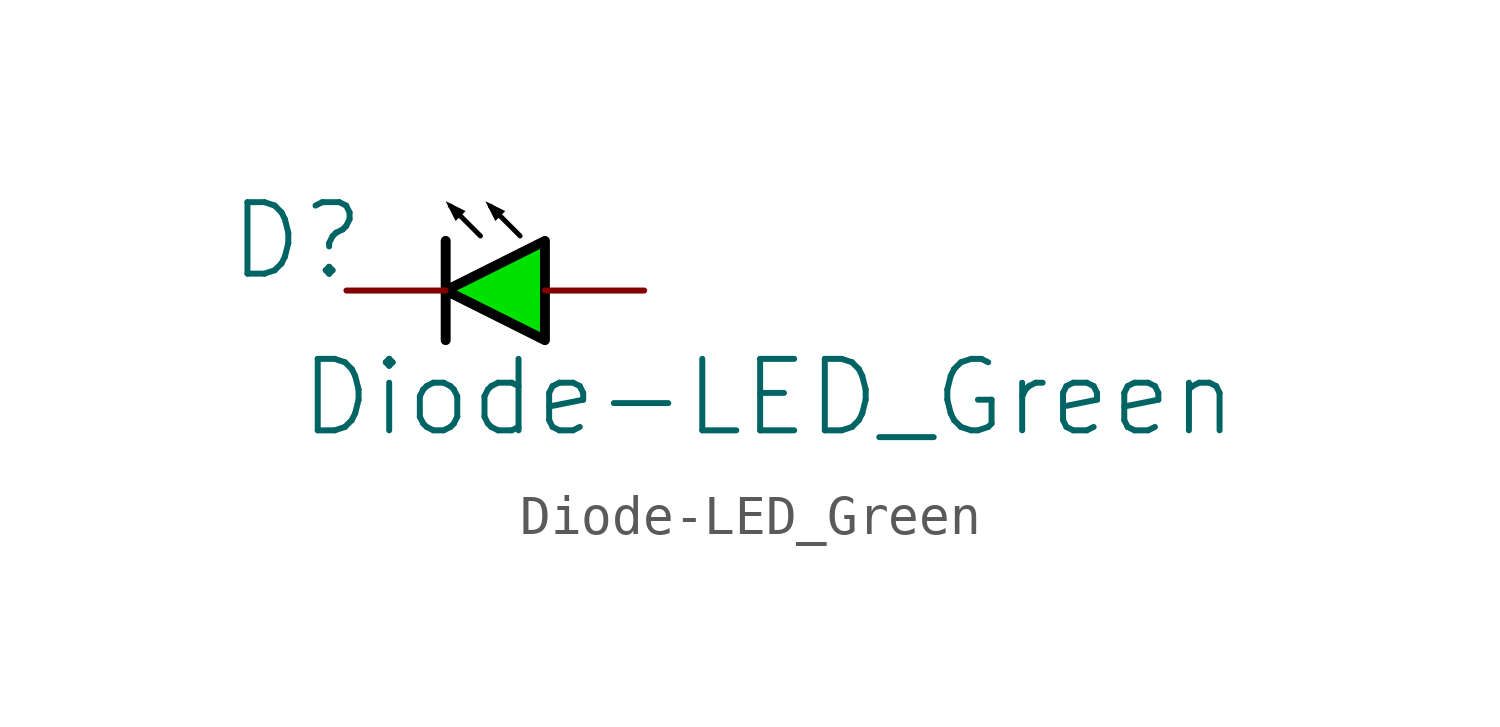
<source format=kicad_sym>
(kicad_symbol_lib
  (version 20231120)
  (generator "kicad_symbol_editor")
  (generator_version "8.0")
  (symbol "Diode-LED_Green"
    (property "Reference" "D"
      (at -1.27 1.27 0)
      (effects (font (size 1.829 1.829))))
    (property "Value" "Diode-LED_Green"
      (at -1.27 -3.81 0)
      (effects (font (size 1.829 1.829)) (justify left bottom)))
    (symbol "Diode-LED_Green_1_0"
      (polyline (pts (xy 2.54 1.27) (xy 2.54 -1.27)) (stroke (width 0.254) (type solid) (color 0 0 0 1)) (fill (type none)))
      (polyline (pts (xy 2.667 2.159) (xy 3.429 1.397)) (stroke (width 0.127) (type solid) (color 0 0 0 1)) (fill (type none)))
      (polyline (pts (xy 3.683 2.159) (xy 4.445 1.397)) (stroke (width 0.127) (type solid) (color 0 0 0 1)) (fill (type none)))
      (polyline (pts (xy 3.048 2.032) (xy 2.794 1.778) (xy 2.54 2.286) (xy 3.048 2.032)) (stroke (width -0.0001) (type solid) (color 0 0 0 1)) (fill (type outline)))
      (polyline (pts (xy 4.064 2.032) (xy 3.81 1.778) (xy 3.556 2.286) (xy 4.064 2.032)) (stroke (width -0.0001) (type solid) (color 0 0 0 1)) (fill (type outline)))
      (polyline (pts (xy 5.08 1.27) (xy 2.54 0) (xy 5.08 -1.27) (xy 5.08 1.27)) (stroke (width 0.254) (type solid) (color 0 0 0 1)) (fill (type color) (color 0 225 0 1)))
      (pin passive line (at 7.62 0 180) (length 2.54) (name "Anode" (effects (font (size 0 0)))) (number "A" (effects (font (size 0 0)))))
      (pin passive line (at 0 0 0) (length 2.54) (name "Cathode" (effects (font (size 0 0)))) (number "K" (effects (font (size 0 0))))))))
</source>
